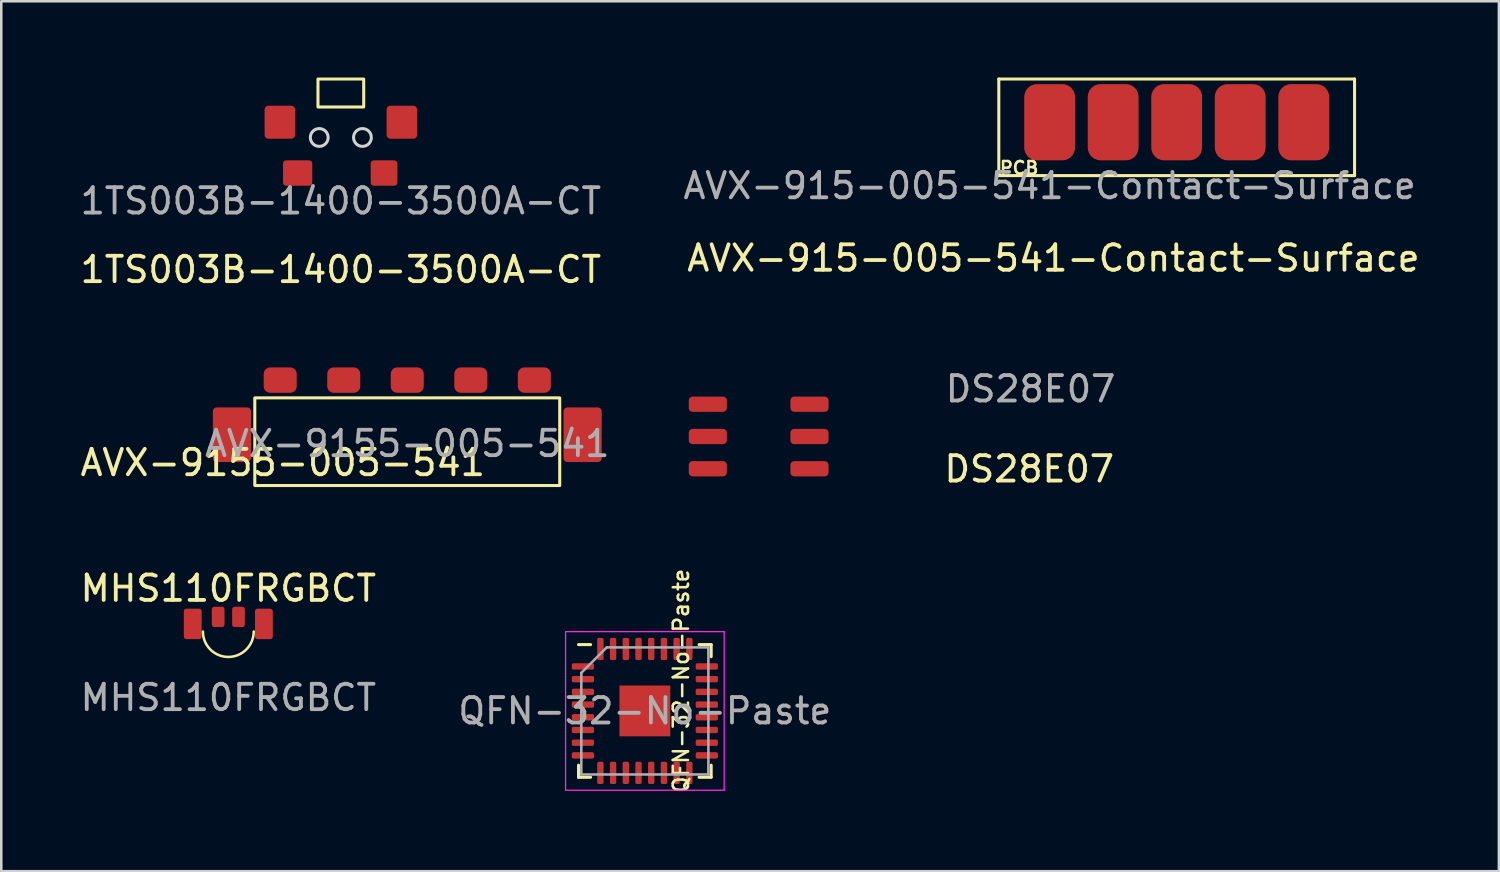
<source format=kicad_pcb>
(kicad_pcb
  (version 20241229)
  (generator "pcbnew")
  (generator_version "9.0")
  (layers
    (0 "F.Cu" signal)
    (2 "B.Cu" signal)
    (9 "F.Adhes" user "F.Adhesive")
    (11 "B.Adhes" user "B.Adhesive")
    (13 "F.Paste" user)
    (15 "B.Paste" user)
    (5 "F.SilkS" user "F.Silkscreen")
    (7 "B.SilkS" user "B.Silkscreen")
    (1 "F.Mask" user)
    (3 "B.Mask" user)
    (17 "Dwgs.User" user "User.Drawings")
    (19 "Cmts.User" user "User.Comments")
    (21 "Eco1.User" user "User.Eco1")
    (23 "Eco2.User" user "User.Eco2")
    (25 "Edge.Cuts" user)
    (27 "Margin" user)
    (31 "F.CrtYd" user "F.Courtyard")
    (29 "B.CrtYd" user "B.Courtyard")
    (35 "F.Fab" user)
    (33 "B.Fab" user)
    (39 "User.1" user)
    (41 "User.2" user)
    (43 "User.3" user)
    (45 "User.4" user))
  (footprint "AVX-915-005-541-Contact-Surface"
    (layer "F.Cu")
    (at 38.256 1.76)
    (property "Reference" "AVX-915-005-541-Contact-Surface" (at 0.15 5.35 0) (unlocked yes) (layer "F.SilkS") (effects (font (size 1 1) (thickness 0.15))))
    (attr smd)
    (fp_line (start -2 -1.7) (end -2 2.1) (stroke (width 0.12) (type solid)) (layer "F.SilkS"))
    (fp_line (start -2 -1.7) (end 12 -1.7) (stroke (width 0.12) (type solid)) (layer "F.SilkS"))
    (fp_line (start -2 2.1) (end 12 2.1) (stroke (width 0.12) (type solid)) (layer "F.SilkS"))
    (fp_line (start 12 -1.7) (end 12 2.1) (stroke (width 0.12) (type solid)) (layer "F.SilkS"))
    (fp_text user "PCB" (at -1.2 1.8 0) (unlocked yes) (layer "F.SilkS") (effects (font (size 0.5 0.5) (thickness 0.1))))
    (fp_text user "${REFERENCE}" (at 0 2.5 0) (unlocked yes) (layer "F.Fab") (effects (font (size 1 1) (thickness 0.15))))
    (pad "1" smd roundrect (at 0 0) (size 2 3) (layers "F.Cu" "F.Mask" "F.Paste") (roundrect_rratio 0.25))
    (pad "2" smd roundrect (at 2.5 0) (size 2 3) (layers "F.Cu" "F.Mask" "F.Paste") (roundrect_rratio 0.25))
    (pad "3" smd roundrect (at 5 0) (size 2 3) (layers "F.Cu" "F.Mask" "F.Paste") (roundrect_rratio 0.25))
    (pad "4" smd roundrect (at 7.5 0) (size 2 3) (layers "F.Cu" "F.Mask" "F.Paste") (roundrect_rratio 0.25))
    (pad "5" smd roundrect (at 10 0) (size 2 3) (layers "F.Cu" "F.Mask" "F.Paste") (roundrect_rratio 0.25)))
  (footprint "AVX-9155-005-541"
    (layer "F.Cu")
    (at 12.977 11.908)
    (property "Reference" "AVX-9155-005-541" (at -4.9 3.25 0) (unlocked yes) (layer "F.SilkS") (effects (font (size 1 1) (thickness 0.15))))
    (attr smd)
    (fp_rect (start -6 4.15) (end 6 0.7) (stroke (width 0.12) (type solid)) (fill no) (layer "F.SilkS"))
    (fp_text user "${REFERENCE}" (at 0 2.5 0) (unlocked yes) (layer "F.Fab") (effects (font (size 1 1) (thickness 0.15))))
    (pad "1" smd roundrect (at -5 0) (size 1.3 1) (layers "F.Cu" "F.Mask" "F.Paste") (roundrect_rratio 0.25))
    (pad "2" smd roundrect (at -2.5 0) (size 1.3 1) (layers "F.Cu" "F.Mask" "F.Paste") (roundrect_rratio 0.25))
    (pad "3" smd roundrect (at 0 0) (size 1.3 1) (layers "F.Cu" "F.Mask" "F.Paste") (roundrect_rratio 0.25))
    (pad "4" smd roundrect (at 2.5 0) (size 1.3 1) (layers "F.Cu" "F.Mask" "F.Paste") (roundrect_rratio 0.25))
    (pad "5" smd roundrect (at 5 0) (size 1.3 1) (layers "F.Cu" "F.Mask" "F.Paste") (roundrect_rratio 0.25))
    (pad "6" smd roundrect (at -6.9 2.15) (size 1.5 2.15) (layers "F.Cu" "F.Mask" "F.Paste") (roundrect_rratio 0.1))
    (pad "7" smd roundrect (at 6.9 2.15) (size 1.5 2.15) (layers "F.Cu" "F.Mask" "F.Paste") (roundrect_rratio 0.1)))
  (footprint "MHS110FRGBCT"
    (layer "F.Cu")
    (at 5.935 21.903)
    (property "Reference" "MHS110FRGBCT" (at 0 -1.8 0) (unlocked yes) (layer "F.SilkS") (effects (font (size 1 1) (thickness 0.15))))
    (attr smd)
    (fp_arc (start 1 -0.1) (mid 0 0.9) (end -1 -0.1) (stroke (width 0.1) (type solid)) (layer "F.SilkS"))
    (fp_text user "${REFERENCE}" (at 0 2.5 0) (unlocked yes) (layer "F.Fab") (effects (font (size 1 1) (thickness 0.15))))
    (pad "1" smd roundrect (at -1.4 -0.4) (size 0.7 1.2) (layers "F.Cu" "F.Mask" "F.Paste") (roundrect_rratio 0.143))
    (pad "2" smd roundrect (at -0.4 -0.675) (size 0.5 0.8) (layers "F.Cu" "F.Mask" "F.Paste") (roundrect_rratio 0.2))
    (pad "3" smd roundrect (at 0.4 -0.675) (size 0.5 0.8) (layers "F.Cu" "F.Mask" "F.Paste") (roundrect_rratio 0.2))
    (pad "4" smd roundrect (at 1.4 -0.4) (size 0.7 1.2) (layers "F.Cu" "F.Mask" "F.Paste") (roundrect_rratio 0.143)))
  (footprint "1TS003B-1400-3500A-CT"
    (layer "F.Cu")
    (at 10.363 2.36)
    (property "Reference" "1TS003B-1400-3500A-CT" (at 0 5.2 0) (unlocked yes) (layer "F.SilkS") (effects (font (size 1 1) (thickness 0.15))))
    (attr smd)
    (fp_rect (start -0.9 -1.2) (end 0.9 -2.3) (stroke (width 0.12) (type solid)) (fill no) (layer "F.SilkS"))
    (fp_circle (center -0.85 0) (end -0.5 0) (stroke (width 0.12) (type solid)) (fill no) (layer "Edge.Cuts"))
    (fp_circle (center 0.85 0) (end 1.2 0) (stroke (width 0.12) (type solid)) (fill no) (layer "Edge.Cuts"))
    (fp_text user "${REFERENCE}" (at 0 2.5 0) (unlocked yes) (layer "F.Fab") (effects (font (size 1 1) (thickness 0.15))))
    (pad "1" smd roundrect (at -1.7 1.4 180) (size 1.15 1) (layers "F.Cu" "F.Mask" "F.Paste") (roundrect_rratio 0.125))
    (pad "2" smd roundrect (at 1.7 1.4 180) (size 1.05 1) (layers "F.Cu" "F.Mask" "F.Paste") (roundrect_rratio 0.125))
    (pad "3" smd roundrect (at -2.4 -0.6) (size 1.2 1.3) (layers "F.Cu" "F.Mask" "F.Paste") (roundrect_rratio 0.125))
    (pad "3" smd roundrect (at 2.4 -0.6) (size 1.2 1.3) (layers "F.Cu" "F.Mask" "F.Paste") (roundrect_rratio 0.125)))
  (footprint "QFN-32-No-Paste"
    (layer "F.Cu")
    (at 22.327 24.927)
    (property "Reference" "QFN-32-No-Paste" (at 1.425 -1.183 270) (layer "F.SilkS") (effects (font (size 0.6 0.6) (thickness 0.1))))
    (attr smd exclude_from_bom allow_missing_courtyard)
    (fp_line (start -2.61 2.61) (end -2.61 2.135) (stroke (width 0.12) (type solid)) (layer "F.SilkS"))
    (fp_line (start -2.135 -2.61) (end -2.61 -2.61) (stroke (width 0.12) (type solid)) (layer "F.SilkS"))
    (fp_line (start -2.135 2.61) (end -2.61 2.61) (stroke (width 0.12) (type solid)) (layer "F.SilkS"))
    (fp_line (start 2.135 -2.61) (end 2.61 -2.61) (stroke (width 0.12) (type solid)) (layer "F.SilkS"))
    (fp_line (start 2.135 2.61) (end 2.61 2.61) (stroke (width 0.12) (type solid)) (layer "F.SilkS"))
    (fp_line (start 2.61 -2.61) (end 2.61 -2.135) (stroke (width 0.12) (type solid)) (layer "F.SilkS"))
    (fp_line (start 2.61 2.61) (end 2.61 2.135) (stroke (width 0.12) (type solid)) (layer "F.SilkS"))
    (fp_line (start -3.12 -3.12) (end -3.12 3.12) (stroke (width 0.05) (type solid)) (layer "F.CrtYd"))
    (fp_line (start -3.12 3.12) (end 3.12 3.12) (stroke (width 0.05) (type solid)) (layer "F.CrtYd"))
    (fp_line (start 3.12 -3.12) (end -3.12 -3.12) (stroke (width 0.05) (type solid)) (layer "F.CrtYd"))
    (fp_line (start 3.12 3.12) (end 3.12 -3.12) (stroke (width 0.05) (type solid)) (layer "F.CrtYd"))
    (fp_line (start -2.5 -1.5) (end -1.5 -2.5) (stroke (width 0.1) (type solid)) (layer "F.Fab"))
    (fp_line (start -2.5 2.5) (end -2.5 -1.5) (stroke (width 0.1) (type solid)) (layer "F.Fab"))
    (fp_line (start -1.5 -2.5) (end 2.5 -2.5) (stroke (width 0.1) (type solid)) (layer "F.Fab"))
    (fp_line (start 2.5 -2.5) (end 2.5 2.5) (stroke (width 0.1) (type solid)) (layer "F.Fab"))
    (fp_line (start 2.5 2.5) (end -2.5 2.5) (stroke (width 0.1) (type solid)) (layer "F.Fab"))
    (fp_text user "${REFERENCE}" (at 0 0 0) (layer "F.Fab") (effects (font (size 1 1) (thickness 0.15))))
    (pad "1" smd roundrect (at -2.438 -1.75) (size 0.875 0.25) (layers "F.Cu" "F.Mask") (roundrect_rratio 0.25))
    (pad "2" smd roundrect (at -2.438 -1.25) (size 0.875 0.25) (layers "F.Cu" "F.Mask") (roundrect_rratio 0.25))
    (pad "3" smd roundrect (at -2.438 -0.75) (size 0.875 0.25) (layers "F.Cu" "F.Mask") (roundrect_rratio 0.25))
    (pad "4" smd roundrect (at -2.438 -0.25) (size 0.875 0.25) (layers "F.Cu" "F.Mask") (roundrect_rratio 0.25))
    (pad "5" smd roundrect (at -2.438 0.25) (size 0.875 0.25) (layers "F.Cu" "F.Mask") (roundrect_rratio 0.25))
    (pad "6" smd roundrect (at -2.438 0.75) (size 0.875 0.25) (layers "F.Cu" "F.Mask") (roundrect_rratio 0.25))
    (pad "7" smd roundrect (at -2.438 1.25) (size 0.875 0.25) (layers "F.Cu" "F.Mask") (roundrect_rratio 0.25))
    (pad "8" smd roundrect (at -2.438 1.75) (size 0.875 0.25) (layers "F.Cu" "F.Mask") (roundrect_rratio 0.25))
    (pad "9" smd roundrect (at -1.75 2.438) (size 0.25 0.875) (layers "F.Cu" "F.Mask") (roundrect_rratio 0.25))
    (pad "10" smd roundrect (at -1.25 2.438) (size 0.25 0.875) (layers "F.Cu" "F.Mask") (roundrect_rratio 0.25))
    (pad "11" smd roundrect (at -0.75 2.438) (size 0.25 0.875) (layers "F.Cu" "F.Mask") (roundrect_rratio 0.25))
    (pad "12" smd roundrect (at -0.25 2.438) (size 0.25 0.875) (layers "F.Cu" "F.Mask") (roundrect_rratio 0.25))
    (pad "13" smd roundrect (at 0.25 2.438) (size 0.25 0.875) (layers "F.Cu" "F.Mask") (roundrect_rratio 0.25))
    (pad "14" smd roundrect (at 0.75 2.438) (size 0.25 0.875) (layers "F.Cu" "F.Mask") (roundrect_rratio 0.25))
    (pad "15" smd roundrect (at 1.25 2.438) (size 0.25 0.875) (layers "F.Cu" "F.Mask") (roundrect_rratio 0.25))
    (pad "16" smd roundrect (at 1.75 2.438) (size 0.25 0.875) (layers "F.Cu" "F.Mask") (roundrect_rratio 0.25))
    (pad "17" smd roundrect (at 2.438 1.75) (size 0.875 0.25) (layers "F.Cu" "F.Mask") (roundrect_rratio 0.25))
    (pad "18" smd roundrect (at 2.438 1.25) (size 0.875 0.25) (layers "F.Cu" "F.Mask") (roundrect_rratio 0.25))
    (pad "19" smd roundrect (at 2.438 0.75) (size 0.875 0.25) (layers "F.Cu" "F.Mask") (roundrect_rratio 0.25))
    (pad "20" smd roundrect (at 2.438 0.25) (size 0.875 0.25) (layers "F.Cu" "F.Mask") (roundrect_rratio 0.25))
    (pad "21" smd roundrect (at 2.438 -0.25) (size 0.875 0.25) (layers "F.Cu" "F.Mask") (roundrect_rratio 0.25))
    (pad "22" smd roundrect (at 2.438 -0.75) (size 0.875 0.25) (layers "F.Cu" "F.Mask") (roundrect_rratio 0.25))
    (pad "23" smd roundrect (at 2.438 -1.25) (size 0.875 0.25) (layers "F.Cu" "F.Mask") (roundrect_rratio 0.25))
    (pad "24" smd roundrect (at 2.438 -1.75) (size 0.875 0.25) (layers "F.Cu" "F.Mask") (roundrect_rratio 0.25))
    (pad "25" smd roundrect (at 1.75 -2.438) (size 0.25 0.875) (layers "F.Cu" "F.Mask") (roundrect_rratio 0.25))
    (pad "26" smd roundrect (at 1.25 -2.438) (size 0.25 0.875) (layers "F.Cu" "F.Mask") (roundrect_rratio 0.25))
    (pad "27" smd roundrect (at 0.75 -2.438) (size 0.25 0.875) (layers "F.Cu" "F.Mask") (roundrect_rratio 0.25))
    (pad "28" smd roundrect (at 0.25 -2.438) (size 0.25 0.875) (layers "F.Cu" "F.Mask") (roundrect_rratio 0.25))
    (pad "29" smd roundrect (at -0.25 -2.438) (size 0.25 0.875) (layers "F.Cu" "F.Mask") (roundrect_rratio 0.25))
    (pad "30" smd roundrect (at -0.75 -2.438) (size 0.25 0.875) (layers "F.Cu" "F.Mask") (roundrect_rratio 0.25))
    (pad "31" smd roundrect (at -1.25 -2.438) (size 0.25 0.875) (layers "F.Cu" "F.Mask") (roundrect_rratio 0.25))
    (pad "32" smd roundrect (at -1.75 -2.438) (size 0.25 0.875) (layers "F.Cu" "F.Mask") (roundrect_rratio 0.25))
    (pad "33" smd rect (at 0 0) (size 2 2) (layers "F.Cu" "F.Mask")))
  (footprint "DS28E07"
    (layer "F.Cu")
    (at 26.805 12.857)
    (property "Reference" "DS28E07" (at 10.65 2.55 0) (unlocked yes) (layer "F.SilkS") (effects (font (size 1 1) (thickness 0.15))))
    (attr smd)
    (fp_text user "${REFERENCE}" (at 10.7 -0.6 0) (unlocked yes) (layer "F.Fab") (effects (font (size 1 1) (thickness 0.15))))
    (pad "1" smd roundrect (at -2 0) (size 1.5 0.6) (layers "F.Cu" "F.Mask" "F.Paste") (roundrect_rratio 0.25))
    (pad "2" smd roundrect (at -2 1.27) (size 1.5 0.6) (layers "F.Cu" "F.Mask" "F.Paste") (roundrect_rratio 0.25))
    (pad "3" smd roundrect (at -2 2.54) (size 1.5 0.6) (layers "F.Cu" "F.Mask" "F.Paste") (roundrect_rratio 0.25))
    (pad "4" smd roundrect (at 2 2.54) (size 1.5 0.6) (layers "F.Cu" "F.Mask" "F.Paste") (roundrect_rratio 0.25))
    (pad "5" smd roundrect (at 2 1.27) (size 1.5 0.6) (layers "F.Cu" "F.Mask" "F.Paste") (roundrect_rratio 0.25))
    (pad "6" smd roundrect (at 2 0) (size 1.5 0.6) (layers "F.Cu" "F.Mask" "F.Paste") (roundrect_rratio 0.25)))
  (gr_rect
    (start -3 -3)
    (end 55.936 31.235)
    (stroke (width 0.1) (type default))
    (fill no)
    (layer "Edge.Cuts")))
</source>
